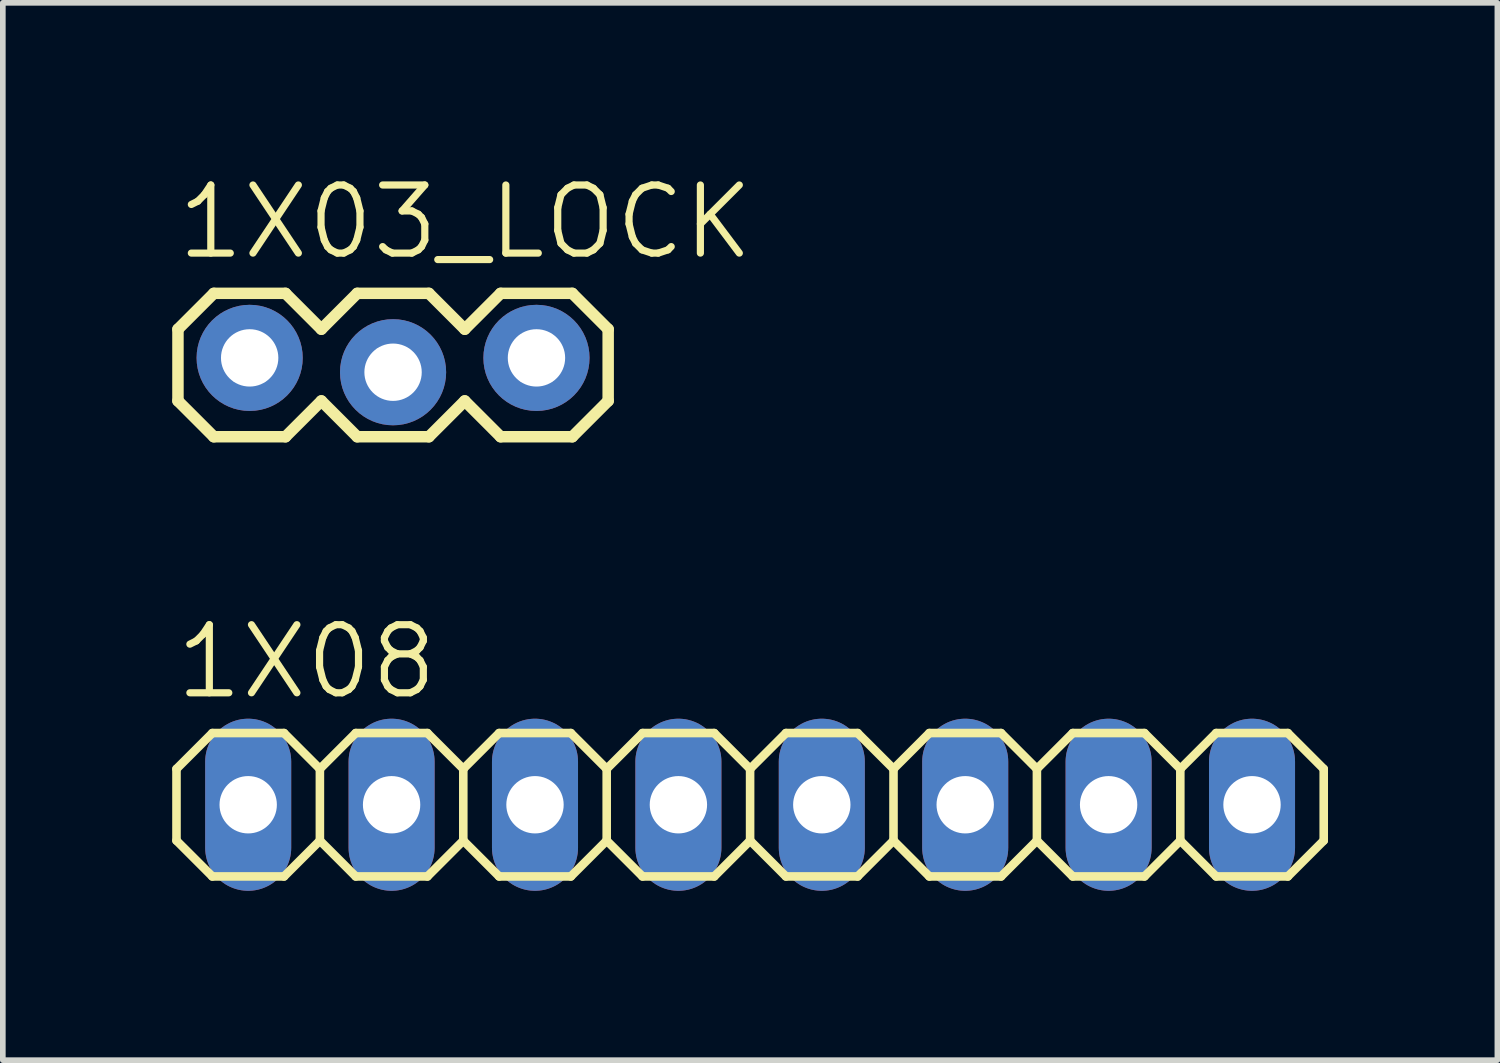
<source format=kicad_pcb>
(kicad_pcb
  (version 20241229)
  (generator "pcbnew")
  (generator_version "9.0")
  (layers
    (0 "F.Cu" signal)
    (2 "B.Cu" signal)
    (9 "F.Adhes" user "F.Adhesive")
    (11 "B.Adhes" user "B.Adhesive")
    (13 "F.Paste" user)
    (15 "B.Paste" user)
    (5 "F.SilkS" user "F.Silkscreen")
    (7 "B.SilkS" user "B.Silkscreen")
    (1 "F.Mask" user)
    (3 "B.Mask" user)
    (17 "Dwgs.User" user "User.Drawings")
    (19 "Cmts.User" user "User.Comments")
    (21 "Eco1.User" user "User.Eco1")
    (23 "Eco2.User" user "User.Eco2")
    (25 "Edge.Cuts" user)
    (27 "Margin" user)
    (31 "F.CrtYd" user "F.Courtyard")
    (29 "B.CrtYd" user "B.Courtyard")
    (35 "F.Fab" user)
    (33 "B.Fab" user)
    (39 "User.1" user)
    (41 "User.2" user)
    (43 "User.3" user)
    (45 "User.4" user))
  (footprint "1X03_LOCK"
    (layer "F.Cu")
    (at 1.372 3.416)
    (property "Reference" "1X03_LOCK" (at -1.346 -1.829 0) (layer "F.SilkS") (effects (font (size 1.206 1.206) (thickness 0.127)) (justify left bottom)))
    (attr through_hole)
    (fp_line (start -1.27 -0.635) (end -1.27 0.635) (stroke (width 0.203) (type solid)) (layer "F.SilkS"))
    (fp_line (start -1.27 0.635) (end -0.635 1.27) (stroke (width 0.203) (type solid)) (layer "F.SilkS"))
    (fp_line (start -0.635 -1.27) (end -1.27 -0.635) (stroke (width 0.203) (type solid)) (layer "F.SilkS"))
    (fp_line (start -0.635 -1.27) (end 0.635 -1.27) (stroke (width 0.203) (type solid)) (layer "F.SilkS"))
    (fp_line (start 0.635 -1.27) (end 1.27 -0.635) (stroke (width 0.203) (type solid)) (layer "F.SilkS"))
    (fp_line (start 0.635 1.27) (end -0.635 1.27) (stroke (width 0.203) (type solid)) (layer "F.SilkS"))
    (fp_line (start 1.27 -0.635) (end 1.905 -1.27) (stroke (width 0.203) (type solid)) (layer "F.SilkS"))
    (fp_line (start 1.27 0.635) (end 0.635 1.27) (stroke (width 0.203) (type solid)) (layer "F.SilkS"))
    (fp_line (start 1.905 -1.27) (end 3.175 -1.27) (stroke (width 0.203) (type solid)) (layer "F.SilkS"))
    (fp_line (start 1.905 1.27) (end 1.27 0.635) (stroke (width 0.203) (type solid)) (layer "F.SilkS"))
    (fp_line (start 3.175 -1.27) (end 3.81 -0.635) (stroke (width 0.203) (type solid)) (layer "F.SilkS"))
    (fp_line (start 3.175 1.27) (end 1.905 1.27) (stroke (width 0.203) (type solid)) (layer "F.SilkS"))
    (fp_line (start 3.81 -0.635) (end 4.445 -1.27) (stroke (width 0.203) (type solid)) (layer "F.SilkS"))
    (fp_line (start 3.81 0.635) (end 3.175 1.27) (stroke (width 0.203) (type solid)) (layer "F.SilkS"))
    (fp_line (start 4.445 -1.27) (end 5.715 -1.27) (stroke (width 0.203) (type solid)) (layer "F.SilkS"))
    (fp_line (start 4.445 1.27) (end 3.81 0.635) (stroke (width 0.203) (type solid)) (layer "F.SilkS"))
    (fp_line (start 5.715 -1.27) (end 6.35 -0.635) (stroke (width 0.203) (type solid)) (layer "F.SilkS"))
    (fp_line (start 5.715 1.27) (end 4.445 1.27) (stroke (width 0.203) (type solid)) (layer "F.SilkS"))
    (fp_line (start 6.35 -0.635) (end 6.35 0.635) (stroke (width 0.203) (type solid)) (layer "F.SilkS"))
    (fp_line (start 6.35 0.635) (end 5.715 1.27) (stroke (width 0.203) (type solid)) (layer "F.SilkS"))
    (fp_poly (pts (xy -0.254 0.254) (xy 0.254 0.254) (xy 0.254 -0.254) (xy -0.254 -0.254)) (stroke (width 0.1) (type solid)) (fill no) (layer "F.Fab"))
    (fp_poly (pts (xy 2.286 0.254) (xy 2.794 0.254) (xy 2.794 -0.254) (xy 2.286 -0.254)) (stroke (width 0.1) (type solid)) (fill no) (layer "F.Fab"))
    (fp_poly (pts (xy 4.826 0.254) (xy 5.334 0.254) (xy 5.334 -0.254) (xy 4.826 -0.254)) (stroke (width 0.1) (type solid)) (fill no) (layer "F.Fab"))
    (pad "1" thru_hole circle (at 0 -0.127 90) (size 1.88 1.88) (drill 1.016) (layers "*.Cu" "*.Mask"))
    (pad "2" thru_hole circle (at 2.54 0.127 90) (size 1.88 1.88) (drill 1.016) (layers "*.Cu" "*.Mask"))
    (pad "3" thru_hole circle (at 5.08 -0.127 90) (size 1.88 1.88) (drill 1.016) (layers "*.Cu" "*.Mask")))
  (footprint "1X08"
    (layer "F.Cu")
    (at 10.236 11.204)
    (property "Reference" "1X08" (at -10.236 -1.829 0) (layer "F.SilkS") (effects (font (size 1.206 1.206) (thickness 0.127)) (justify left bottom)))
    (attr through_hole)
    (fp_line (start -10.16 -0.635) (end -10.16 0.635) (stroke (width 0.152) (type solid)) (layer "F.SilkS"))
    (fp_line (start -10.16 0.635) (end -9.525 1.27) (stroke (width 0.152) (type solid)) (layer "F.SilkS"))
    (fp_line (start -9.525 -1.27) (end -10.16 -0.635) (stroke (width 0.152) (type solid)) (layer "F.SilkS"))
    (fp_line (start -9.525 -1.27) (end -8.255 -1.27) (stroke (width 0.152) (type solid)) (layer "F.SilkS"))
    (fp_line (start -8.255 -1.27) (end -7.62 -0.635) (stroke (width 0.152) (type solid)) (layer "F.SilkS"))
    (fp_line (start -8.255 1.27) (end -9.525 1.27) (stroke (width 0.152) (type solid)) (layer "F.SilkS"))
    (fp_line (start -7.62 -0.635) (end -7.62 0.635) (stroke (width 0.152) (type solid)) (layer "F.SilkS"))
    (fp_line (start -7.62 -0.635) (end -6.985 -1.27) (stroke (width 0.152) (type solid)) (layer "F.SilkS"))
    (fp_line (start -7.62 0.635) (end -8.255 1.27) (stroke (width 0.152) (type solid)) (layer "F.SilkS"))
    (fp_line (start -6.985 -1.27) (end -5.715 -1.27) (stroke (width 0.152) (type solid)) (layer "F.SilkS"))
    (fp_line (start -6.985 1.27) (end -7.62 0.635) (stroke (width 0.152) (type solid)) (layer "F.SilkS"))
    (fp_line (start -5.715 -1.27) (end -5.08 -0.635) (stroke (width 0.152) (type solid)) (layer "F.SilkS"))
    (fp_line (start -5.715 1.27) (end -6.985 1.27) (stroke (width 0.152) (type solid)) (layer "F.SilkS"))
    (fp_line (start -5.08 -0.635) (end -5.08 0.635) (stroke (width 0.152) (type solid)) (layer "F.SilkS"))
    (fp_line (start -5.08 -0.635) (end -4.445 -1.27) (stroke (width 0.152) (type solid)) (layer "F.SilkS"))
    (fp_line (start -5.08 0.635) (end -5.715 1.27) (stroke (width 0.152) (type solid)) (layer "F.SilkS"))
    (fp_line (start -4.445 -1.27) (end -3.175 -1.27) (stroke (width 0.152) (type solid)) (layer "F.SilkS"))
    (fp_line (start -4.445 1.27) (end -5.08 0.635) (stroke (width 0.152) (type solid)) (layer "F.SilkS"))
    (fp_line (start -3.175 -1.27) (end -2.54 -0.635) (stroke (width 0.152) (type solid)) (layer "F.SilkS"))
    (fp_line (start -3.175 1.27) (end -4.445 1.27) (stroke (width 0.152) (type solid)) (layer "F.SilkS"))
    (fp_line (start -2.54 -0.635) (end -2.54 0.635) (stroke (width 0.152) (type solid)) (layer "F.SilkS"))
    (fp_line (start -2.54 0.635) (end -3.175 1.27) (stroke (width 0.152) (type solid)) (layer "F.SilkS"))
    (fp_line (start -2.54 0.635) (end -1.905 1.27) (stroke (width 0.152) (type solid)) (layer "F.SilkS"))
    (fp_line (start -1.905 -1.27) (end -2.54 -0.635) (stroke (width 0.152) (type solid)) (layer "F.SilkS"))
    (fp_line (start -1.905 -1.27) (end -0.635 -1.27) (stroke (width 0.152) (type solid)) (layer "F.SilkS"))
    (fp_line (start -0.635 -1.27) (end 0 -0.635) (stroke (width 0.152) (type solid)) (layer "F.SilkS"))
    (fp_line (start -0.635 1.27) (end -1.905 1.27) (stroke (width 0.152) (type solid)) (layer "F.SilkS"))
    (fp_line (start 0 -0.635) (end 0 0.635) (stroke (width 0.152) (type solid)) (layer "F.SilkS"))
    (fp_line (start 0 -0.635) (end 0.635 -1.27) (stroke (width 0.152) (type solid)) (layer "F.SilkS"))
    (fp_line (start 0 0.635) (end -0.635 1.27) (stroke (width 0.152) (type solid)) (layer "F.SilkS"))
    (fp_line (start 0.635 -1.27) (end 1.905 -1.27) (stroke (width 0.152) (type solid)) (layer "F.SilkS"))
    (fp_line (start 0.635 1.27) (end 0 0.635) (stroke (width 0.152) (type solid)) (layer "F.SilkS"))
    (fp_line (start 1.905 -1.27) (end 2.54 -0.635) (stroke (width 0.152) (type solid)) (layer "F.SilkS"))
    (fp_line (start 1.905 1.27) (end 0.635 1.27) (stroke (width 0.152) (type solid)) (layer "F.SilkS"))
    (fp_line (start 2.54 -0.635) (end 2.54 0.635) (stroke (width 0.152) (type solid)) (layer "F.SilkS"))
    (fp_line (start 2.54 -0.635) (end 3.175 -1.27) (stroke (width 0.152) (type solid)) (layer "F.SilkS"))
    (fp_line (start 2.54 0.635) (end 1.905 1.27) (stroke (width 0.152) (type solid)) (layer "F.SilkS"))
    (fp_line (start 3.175 -1.27) (end 4.445 -1.27) (stroke (width 0.152) (type solid)) (layer "F.SilkS"))
    (fp_line (start 3.175 1.27) (end 2.54 0.635) (stroke (width 0.152) (type solid)) (layer "F.SilkS"))
    (fp_line (start 4.445 -1.27) (end 5.08 -0.635) (stroke (width 0.152) (type solid)) (layer "F.SilkS"))
    (fp_line (start 4.445 1.27) (end 3.175 1.27) (stroke (width 0.152) (type solid)) (layer "F.SilkS"))
    (fp_line (start 5.08 -0.635) (end 5.08 0.635) (stroke (width 0.152) (type solid)) (layer "F.SilkS"))
    (fp_line (start 5.08 0.635) (end 4.445 1.27) (stroke (width 0.152) (type solid)) (layer "F.SilkS"))
    (fp_line (start 5.08 0.635) (end 5.715 1.27) (stroke (width 0.152) (type solid)) (layer "F.SilkS"))
    (fp_line (start 5.715 -1.27) (end 5.08 -0.635) (stroke (width 0.152) (type solid)) (layer "F.SilkS"))
    (fp_line (start 5.715 -1.27) (end 6.985 -1.27) (stroke (width 0.152) (type solid)) (layer "F.SilkS"))
    (fp_line (start 6.985 -1.27) (end 7.62 -0.635) (stroke (width 0.152) (type solid)) (layer "F.SilkS"))
    (fp_line (start 6.985 1.27) (end 5.715 1.27) (stroke (width 0.152) (type solid)) (layer "F.SilkS"))
    (fp_line (start 7.62 -0.635) (end 7.62 0.635) (stroke (width 0.152) (type solid)) (layer "F.SilkS"))
    (fp_line (start 7.62 0.635) (end 6.985 1.27) (stroke (width 0.152) (type solid)) (layer "F.SilkS"))
    (fp_line (start 7.62 0.635) (end 8.255 1.27) (stroke (width 0.152) (type solid)) (layer "F.SilkS"))
    (fp_line (start 8.255 -1.27) (end 7.62 -0.635) (stroke (width 0.152) (type solid)) (layer "F.SilkS"))
    (fp_line (start 8.255 -1.27) (end 9.525 -1.27) (stroke (width 0.152) (type solid)) (layer "F.SilkS"))
    (fp_line (start 9.525 -1.27) (end 10.16 -0.635) (stroke (width 0.152) (type solid)) (layer "F.SilkS"))
    (fp_line (start 9.525 1.27) (end 8.255 1.27) (stroke (width 0.152) (type solid)) (layer "F.SilkS"))
    (fp_line (start 10.16 -0.635) (end 10.16 0.635) (stroke (width 0.152) (type solid)) (layer "F.SilkS"))
    (fp_line (start 10.16 0.635) (end 9.525 1.27) (stroke (width 0.152) (type solid)) (layer "F.SilkS"))
    (fp_poly (pts (xy -9.144 0.254) (xy -8.636 0.254) (xy -8.636 -0.254) (xy -9.144 -0.254)) (stroke (width 0.1) (type solid)) (fill no) (layer "F.Fab"))
    (fp_poly (pts (xy -6.604 0.254) (xy -6.096 0.254) (xy -6.096 -0.254) (xy -6.604 -0.254)) (stroke (width 0.1) (type solid)) (fill no) (layer "F.Fab"))
    (fp_poly (pts (xy -4.064 0.254) (xy -3.556 0.254) (xy -3.556 -0.254) (xy -4.064 -0.254)) (stroke (width 0.1) (type solid)) (fill no) (layer "F.Fab"))
    (fp_poly (pts (xy -1.524 0.254) (xy -1.016 0.254) (xy -1.016 -0.254) (xy -1.524 -0.254)) (stroke (width 0.1) (type solid)) (fill no) (layer "F.Fab"))
    (fp_poly (pts (xy 1.016 0.254) (xy 1.524 0.254) (xy 1.524 -0.254) (xy 1.016 -0.254)) (stroke (width 0.1) (type solid)) (fill no) (layer "F.Fab"))
    (fp_poly (pts (xy 3.556 0.254) (xy 4.064 0.254) (xy 4.064 -0.254) (xy 3.556 -0.254)) (stroke (width 0.1) (type solid)) (fill no) (layer "F.Fab"))
    (fp_poly (pts (xy 6.096 0.254) (xy 6.604 0.254) (xy 6.604 -0.254) (xy 6.096 -0.254)) (stroke (width 0.1) (type solid)) (fill no) (layer "F.Fab"))
    (fp_poly (pts (xy 8.636 0.254) (xy 9.144 0.254) (xy 9.144 -0.254) (xy 8.636 -0.254)) (stroke (width 0.1) (type solid)) (fill no) (layer "F.Fab"))
    (pad "1" thru_hole oval (at -8.89 0 90) (size 3.048 1.524) (drill 1.016) (layers "*.Cu" "*.Mask"))
    (pad "2" thru_hole oval (at -6.35 0 90) (size 3.048 1.524) (drill 1.016) (layers "*.Cu" "*.Mask"))
    (pad "3" thru_hole oval (at -3.81 0 90) (size 3.048 1.524) (drill 1.016) (layers "*.Cu" "*.Mask"))
    (pad "4" thru_hole oval (at -1.27 0 90) (size 3.048 1.524) (drill 1.016) (layers "*.Cu" "*.Mask"))
    (pad "5" thru_hole oval (at 1.27 0 90) (size 3.048 1.524) (drill 1.016) (layers "*.Cu" "*.Mask"))
    (pad "6" thru_hole oval (at 3.81 0 90) (size 3.048 1.524) (drill 1.016) (layers "*.Cu" "*.Mask"))
    (pad "7" thru_hole oval (at 6.35 0 90) (size 3.048 1.524) (drill 1.016) (layers "*.Cu" "*.Mask"))
    (pad "8" thru_hole oval (at 8.89 0 90) (size 3.048 1.524) (drill 1.016) (layers "*.Cu" "*.Mask")))
  (gr_rect
    (start -3 -3)
    (end 23.472 15.728)
    (stroke (width 0.1) (type default))
    (fill no)
    (layer "Edge.Cuts")))
</source>
